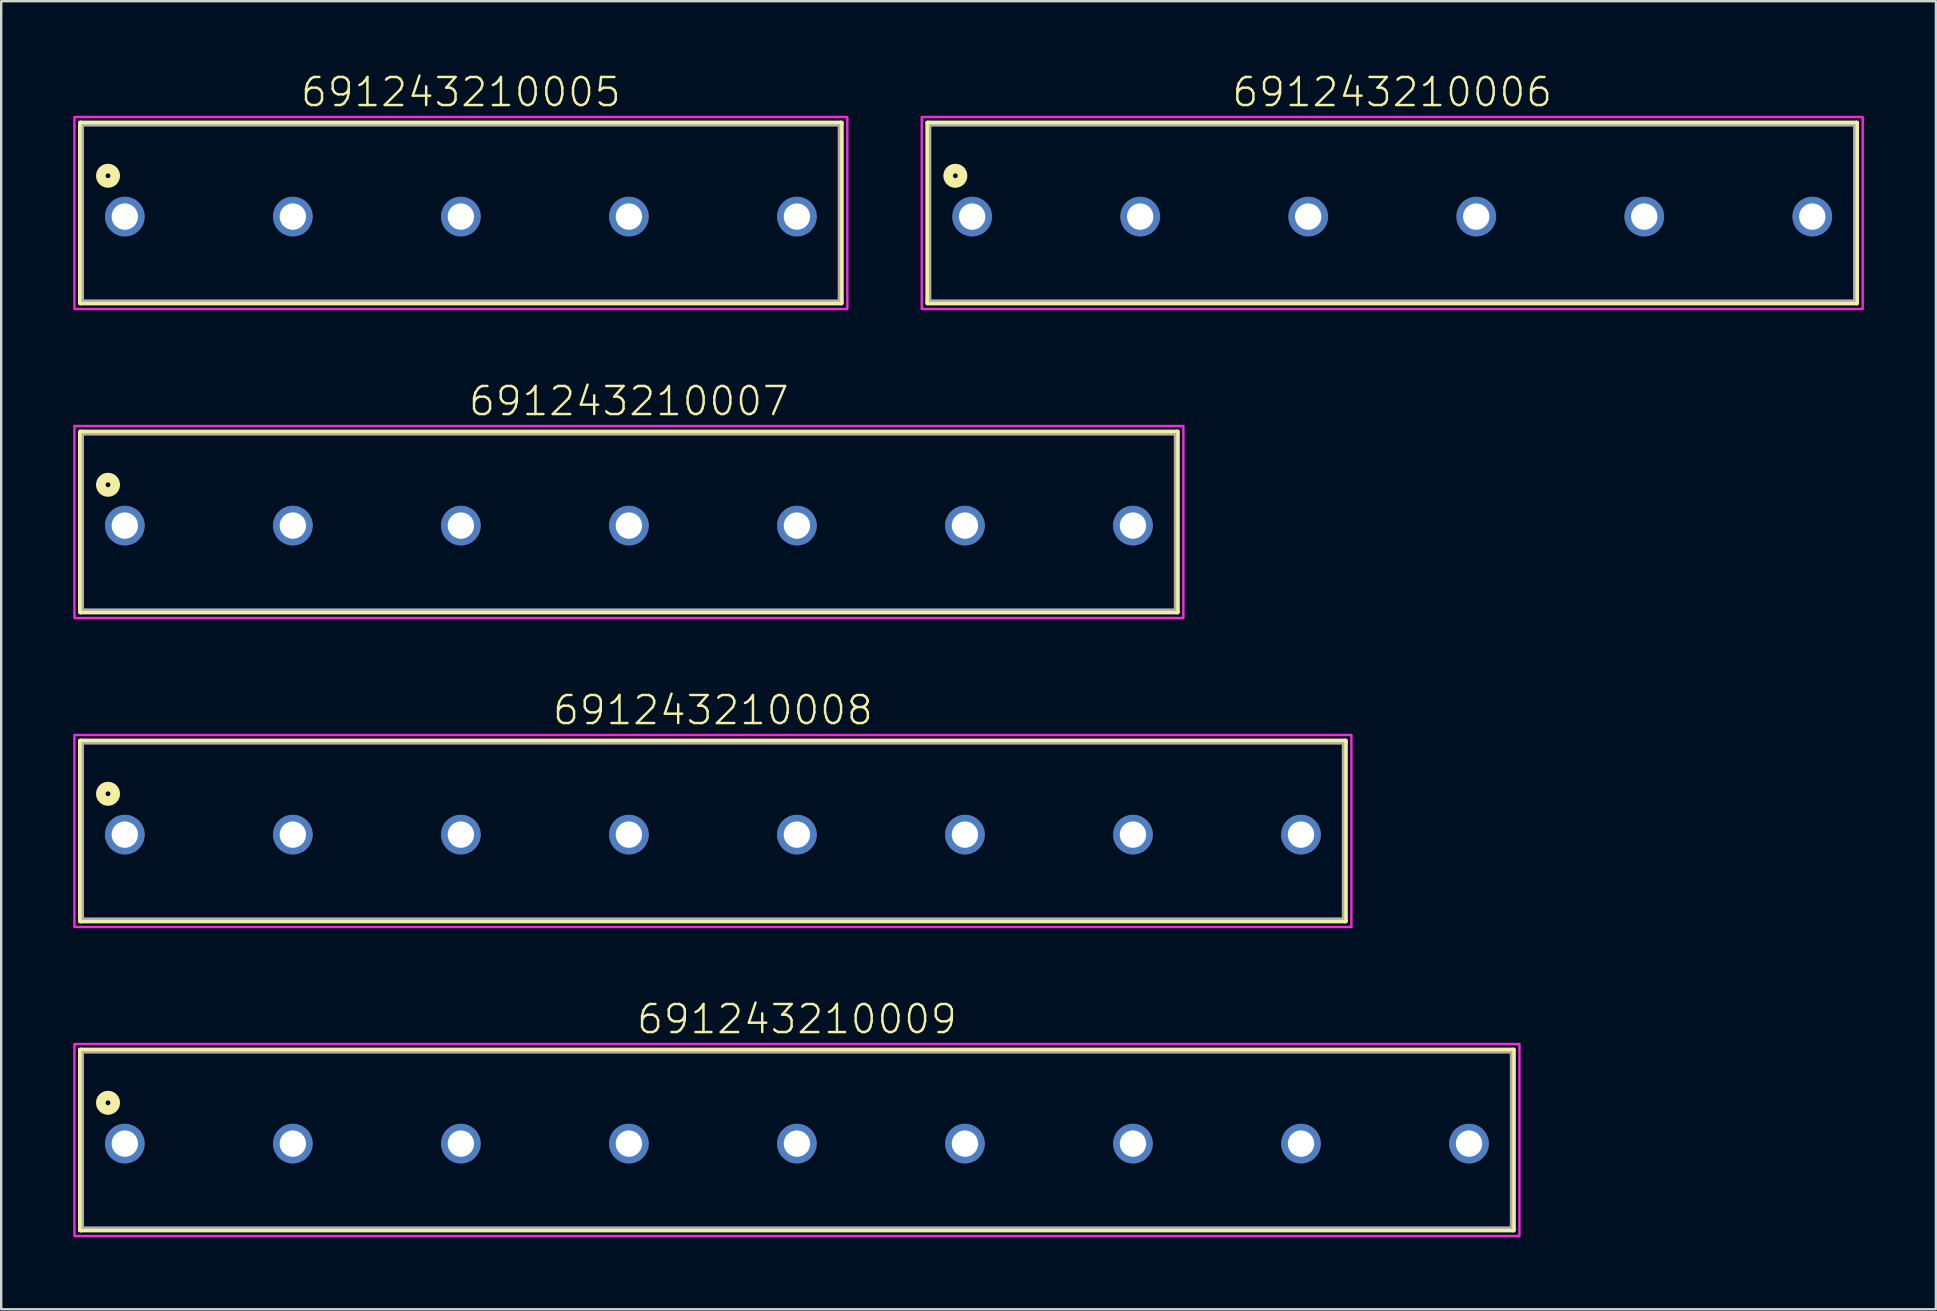
<source format=kicad_pcb>
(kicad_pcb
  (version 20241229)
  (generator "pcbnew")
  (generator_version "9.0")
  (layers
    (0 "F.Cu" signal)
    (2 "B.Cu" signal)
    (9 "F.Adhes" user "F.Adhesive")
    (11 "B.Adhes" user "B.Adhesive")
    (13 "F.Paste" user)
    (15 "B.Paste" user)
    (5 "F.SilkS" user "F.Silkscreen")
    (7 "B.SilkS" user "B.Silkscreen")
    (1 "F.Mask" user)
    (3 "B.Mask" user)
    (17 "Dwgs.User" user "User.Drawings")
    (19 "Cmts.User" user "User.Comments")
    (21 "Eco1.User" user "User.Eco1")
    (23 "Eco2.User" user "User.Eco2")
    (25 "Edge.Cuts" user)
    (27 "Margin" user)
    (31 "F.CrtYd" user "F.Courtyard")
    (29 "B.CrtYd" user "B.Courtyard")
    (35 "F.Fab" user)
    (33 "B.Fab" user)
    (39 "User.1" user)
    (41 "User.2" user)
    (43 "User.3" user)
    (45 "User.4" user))
  (footprint "691243210006"
    (layer "F.Cu")
    (at 54.95 5.973)
    (property "Reference" "691243210006" (at 0 -4.5 0) (unlocked yes) (layer "F.SilkS") (effects (font (size 1.168 1.168) (thickness 0.102)) (justify bottom)))
    (fp_line (start -19.35 -3.9) (end 19.35 -3.9) (stroke (width 0.2) (type solid)) (layer "F.SilkS"))
    (fp_line (start -19.35 3.6) (end -19.35 -3.9) (stroke (width 0.2) (type solid)) (layer "F.SilkS"))
    (fp_line (start 19.35 -3.9) (end 19.35 3.6) (stroke (width 0.2) (type solid)) (layer "F.SilkS"))
    (fp_line (start 19.35 3.6) (end -19.35 3.6) (stroke (width 0.2) (type solid)) (layer "F.SilkS"))
    (fp_circle (center -18.2 -1.7) (end -18.1 -1.7) (stroke (width 0.4) (type solid)) (fill no) (layer "F.SilkS"))
    (fp_poly (pts (xy 19.6 3.85) (xy -19.6 3.85) (xy -19.6 -4.15) (xy 19.6 -4.15)) (stroke (width 0.1) (type default)) (fill no) (layer "F.CrtYd"))
    (fp_line (start -19.25 -3.8) (end -19.25 3.5) (stroke (width 0.1) (type solid)) (layer "F.Fab"))
    (fp_line (start -19.25 -3.8) (end 19.25 -3.8) (stroke (width 0.1) (type solid)) (layer "F.Fab"))
    (fp_line (start 19.25 -3.8) (end 19.25 3.5) (stroke (width 0.1) (type solid)) (layer "F.Fab"))
    (fp_line (start 19.25 3.5) (end -19.25 3.5) (stroke (width 0.1) (type solid)) (layer "F.Fab"))
    (pad "1" thru_hole circle (at -17.5 0) (size 1.65 1.65) (drill 1.1) (layers "*.Cu" "*.Mask"))
    (pad "2" thru_hole circle (at -10.5 0) (size 1.65 1.65) (drill 1.1) (layers "*.Cu" "*.Mask"))
    (pad "3" thru_hole circle (at -3.5 0) (size 1.65 1.65) (drill 1.1) (layers "*.Cu" "*.Mask"))
    (pad "4" thru_hole circle (at 3.5 0) (size 1.65 1.65) (drill 1.1) (layers "*.Cu" "*.Mask"))
    (pad "5" thru_hole circle (at 10.5 0) (size 1.65 1.65) (drill 1.1) (layers "*.Cu" "*.Mask"))
    (pad "6" thru_hole circle (at 17.5 0) (size 1.65 1.65) (drill 1.1) (layers "*.Cu" "*.Mask")))
  (footprint "691243210008"
    (layer "F.Cu")
    (at 26.65 31.72)
    (property "Reference" "691243210008" (at 0 -4.5 0) (unlocked yes) (layer "F.SilkS") (effects (font (size 1.168 1.168) (thickness 0.102)) (justify bottom)))
    (fp_line (start -26.35 -3.9) (end 26.35 -3.9) (stroke (width 0.2) (type solid)) (layer "F.SilkS"))
    (fp_line (start -26.35 3.6) (end -26.35 -3.9) (stroke (width 0.2) (type solid)) (layer "F.SilkS"))
    (fp_line (start 26.35 -3.9) (end 26.35 3.6) (stroke (width 0.2) (type solid)) (layer "F.SilkS"))
    (fp_line (start 26.35 3.6) (end -26.35 3.6) (stroke (width 0.2) (type solid)) (layer "F.SilkS"))
    (fp_circle (center -25.2 -1.7) (end -25.1 -1.7) (stroke (width 0.4) (type solid)) (fill no) (layer "F.SilkS"))
    (fp_poly (pts (xy 26.6 3.85) (xy -26.6 3.85) (xy -26.6 -4.15) (xy 26.6 -4.15)) (stroke (width 0.1) (type default)) (fill no) (layer "F.CrtYd"))
    (fp_line (start -26.25 -3.8) (end -26.25 3.5) (stroke (width 0.1) (type solid)) (layer "F.Fab"))
    (fp_line (start -26.25 -3.8) (end 26.25 -3.8) (stroke (width 0.1) (type solid)) (layer "F.Fab"))
    (fp_line (start 26.25 -3.8) (end 26.25 3.5) (stroke (width 0.1) (type solid)) (layer "F.Fab"))
    (fp_line (start 26.25 3.5) (end -26.25 3.5) (stroke (width 0.1) (type solid)) (layer "F.Fab"))
    (pad "1" thru_hole circle (at -24.5 0) (size 1.65 1.65) (drill 1.1) (layers "*.Cu" "*.Mask"))
    (pad "2" thru_hole circle (at -17.5 0) (size 1.65 1.65) (drill 1.1) (layers "*.Cu" "*.Mask"))
    (pad "3" thru_hole circle (at -10.5 0) (size 1.65 1.65) (drill 1.1) (layers "*.Cu" "*.Mask"))
    (pad "4" thru_hole circle (at -3.5 0) (size 1.65 1.65) (drill 1.1) (layers "*.Cu" "*.Mask"))
    (pad "5" thru_hole circle (at 3.5 0) (size 1.65 1.65) (drill 1.1) (layers "*.Cu" "*.Mask"))
    (pad "6" thru_hole circle (at 10.5 0) (size 1.65 1.65) (drill 1.1) (layers "*.Cu" "*.Mask"))
    (pad "7" thru_hole circle (at 17.5 0) (size 1.65 1.65) (drill 1.1) (layers "*.Cu" "*.Mask"))
    (pad "8" thru_hole circle (at 24.5 0) (size 1.65 1.65) (drill 1.1) (layers "*.Cu" "*.Mask")))
  (footprint "691243210007"
    (layer "F.Cu")
    (at 23.15 18.846)
    (property "Reference" "691243210007" (at 0 -4.5 0) (unlocked yes) (layer "F.SilkS") (effects (font (size 1.168 1.168) (thickness 0.102)) (justify bottom)))
    (fp_line (start -22.85 -3.9) (end 22.85 -3.9) (stroke (width 0.2) (type solid)) (layer "F.SilkS"))
    (fp_line (start -22.85 3.6) (end -22.85 -3.9) (stroke (width 0.2) (type solid)) (layer "F.SilkS"))
    (fp_line (start 22.85 -3.9) (end 22.85 3.6) (stroke (width 0.2) (type solid)) (layer "F.SilkS"))
    (fp_line (start 22.85 3.6) (end -22.85 3.6) (stroke (width 0.2) (type solid)) (layer "F.SilkS"))
    (fp_circle (center -21.7 -1.7) (end -21.6 -1.7) (stroke (width 0.4) (type solid)) (fill no) (layer "F.SilkS"))
    (fp_poly (pts (xy 23.1 3.85) (xy -23.1 3.85) (xy -23.1 -4.15) (xy 23.1 -4.15)) (stroke (width 0.1) (type default)) (fill no) (layer "F.CrtYd"))
    (fp_line (start -22.75 -3.8) (end -22.75 3.5) (stroke (width 0.1) (type solid)) (layer "F.Fab"))
    (fp_line (start -22.75 -3.8) (end 22.75 -3.8) (stroke (width 0.1) (type solid)) (layer "F.Fab"))
    (fp_line (start 22.75 -3.8) (end 22.75 3.5) (stroke (width 0.1) (type solid)) (layer "F.Fab"))
    (fp_line (start 22.75 3.5) (end -22.75 3.5) (stroke (width 0.1) (type solid)) (layer "F.Fab"))
    (pad "1" thru_hole circle (at -21 0) (size 1.65 1.65) (drill 1.1) (layers "*.Cu" "*.Mask"))
    (pad "2" thru_hole circle (at -14 0) (size 1.65 1.65) (drill 1.1) (layers "*.Cu" "*.Mask"))
    (pad "3" thru_hole circle (at -7 0) (size 1.65 1.65) (drill 1.1) (layers "*.Cu" "*.Mask"))
    (pad "4" thru_hole circle (at 0 0) (size 1.65 1.65) (drill 1.1) (layers "*.Cu" "*.Mask"))
    (pad "5" thru_hole circle (at 7 0) (size 1.65 1.65) (drill 1.1) (layers "*.Cu" "*.Mask"))
    (pad "6" thru_hole circle (at 14 0) (size 1.65 1.65) (drill 1.1) (layers "*.Cu" "*.Mask"))
    (pad "7" thru_hole circle (at 21 0) (size 1.65 1.65) (drill 1.1) (layers "*.Cu" "*.Mask")))
  (footprint "691243210005"
    (layer "F.Cu")
    (at 16.15 5.973)
    (property "Reference" "691243210005" (at 0 -4.5 0) (unlocked yes) (layer "F.SilkS") (effects (font (size 1.168 1.168) (thickness 0.102)) (justify bottom)))
    (fp_line (start -15.85 -3.9) (end 15.85 -3.9) (stroke (width 0.2) (type solid)) (layer "F.SilkS"))
    (fp_line (start -15.85 3.6) (end -15.85 -3.9) (stroke (width 0.2) (type solid)) (layer "F.SilkS"))
    (fp_line (start 15.85 -3.9) (end 15.85 3.6) (stroke (width 0.2) (type solid)) (layer "F.SilkS"))
    (fp_line (start 15.85 3.6) (end -15.85 3.6) (stroke (width 0.2) (type solid)) (layer "F.SilkS"))
    (fp_circle (center -14.7 -1.7) (end -14.6 -1.7) (stroke (width 0.4) (type solid)) (fill no) (layer "F.SilkS"))
    (fp_poly (pts (xy 16.1 3.85) (xy -16.1 3.85) (xy -16.1 -4.15) (xy 16.1 -4.15)) (stroke (width 0.1) (type default)) (fill no) (layer "F.CrtYd"))
    (fp_line (start -15.75 -3.8) (end -15.75 3.5) (stroke (width 0.1) (type solid)) (layer "F.Fab"))
    (fp_line (start -15.75 -3.8) (end 15.75 -3.8) (stroke (width 0.1) (type solid)) (layer "F.Fab"))
    (fp_line (start 15.75 -3.8) (end 15.75 3.5) (stroke (width 0.1) (type solid)) (layer "F.Fab"))
    (fp_line (start 15.75 3.5) (end -15.75 3.5) (stroke (width 0.1) (type solid)) (layer "F.Fab"))
    (pad "1" thru_hole circle (at -14 0) (size 1.65 1.65) (drill 1.1) (layers "*.Cu" "*.Mask"))
    (pad "2" thru_hole circle (at -7 0) (size 1.65 1.65) (drill 1.1) (layers "*.Cu" "*.Mask"))
    (pad "3" thru_hole circle (at 0 0) (size 1.65 1.65) (drill 1.1) (layers "*.Cu" "*.Mask"))
    (pad "4" thru_hole circle (at 7 0) (size 1.65 1.65) (drill 1.1) (layers "*.Cu" "*.Mask"))
    (pad "5" thru_hole circle (at 14 0) (size 1.65 1.65) (drill 1.1) (layers "*.Cu" "*.Mask")))
  (footprint "691243210009"
    (layer "F.Cu")
    (at 30.15 44.593)
    (property "Reference" "691243210009" (at 0 -4.5 0) (unlocked yes) (layer "F.SilkS") (effects (font (size 1.168 1.168) (thickness 0.102)) (justify bottom)))
    (fp_line (start -29.85 -3.9) (end 29.85 -3.9) (stroke (width 0.2) (type solid)) (layer "F.SilkS"))
    (fp_line (start -29.85 3.6) (end -29.85 -3.9) (stroke (width 0.2) (type solid)) (layer "F.SilkS"))
    (fp_line (start 29.85 -3.9) (end 29.85 3.6) (stroke (width 0.2) (type solid)) (layer "F.SilkS"))
    (fp_line (start 29.85 3.6) (end -29.85 3.6) (stroke (width 0.2) (type solid)) (layer "F.SilkS"))
    (fp_circle (center -28.7 -1.7) (end -28.6 -1.7) (stroke (width 0.4) (type solid)) (fill no) (layer "F.SilkS"))
    (fp_poly (pts (xy 30.1 3.85) (xy -30.1 3.85) (xy -30.1 -4.15) (xy 30.1 -4.15)) (stroke (width 0.1) (type default)) (fill no) (layer "F.CrtYd"))
    (fp_line (start -29.75 -3.8) (end -29.75 3.5) (stroke (width 0.1) (type solid)) (layer "F.Fab"))
    (fp_line (start -29.75 -3.8) (end 29.75 -3.8) (stroke (width 0.1) (type solid)) (layer "F.Fab"))
    (fp_line (start 29.75 -3.8) (end 29.75 3.5) (stroke (width 0.1) (type solid)) (layer "F.Fab"))
    (fp_line (start 29.75 3.5) (end -29.75 3.5) (stroke (width 0.1) (type solid)) (layer "F.Fab"))
    (pad "1" thru_hole circle (at -28 0) (size 1.65 1.65) (drill 1.1) (layers "*.Cu" "*.Mask"))
    (pad "2" thru_hole circle (at -21 0) (size 1.65 1.65) (drill 1.1) (layers "*.Cu" "*.Mask"))
    (pad "3" thru_hole circle (at -14 0) (size 1.65 1.65) (drill 1.1) (layers "*.Cu" "*.Mask"))
    (pad "4" thru_hole circle (at -7 0) (size 1.65 1.65) (drill 1.1) (layers "*.Cu" "*.Mask"))
    (pad "5" thru_hole circle (at 0 0) (size 1.65 1.65) (drill 1.1) (layers "*.Cu" "*.Mask"))
    (pad "6" thru_hole circle (at 7 0) (size 1.65 1.65) (drill 1.1) (layers "*.Cu" "*.Mask"))
    (pad "7" thru_hole circle (at 14 0) (size 1.65 1.65) (drill 1.1) (layers "*.Cu" "*.Mask"))
    (pad "8" thru_hole circle (at 21 0) (size 1.65 1.65) (drill 1.1) (layers "*.Cu" "*.Mask"))
    (pad "9" thru_hole circle (at 28 0) (size 1.65 1.65) (drill 1.1) (layers "*.Cu" "*.Mask")))
  (gr_rect
    (start -3 -3)
    (end 77.6 51.493)
    (stroke (width 0.1) (type default))
    (fill no)
    (layer "Edge.Cuts")))
</source>
